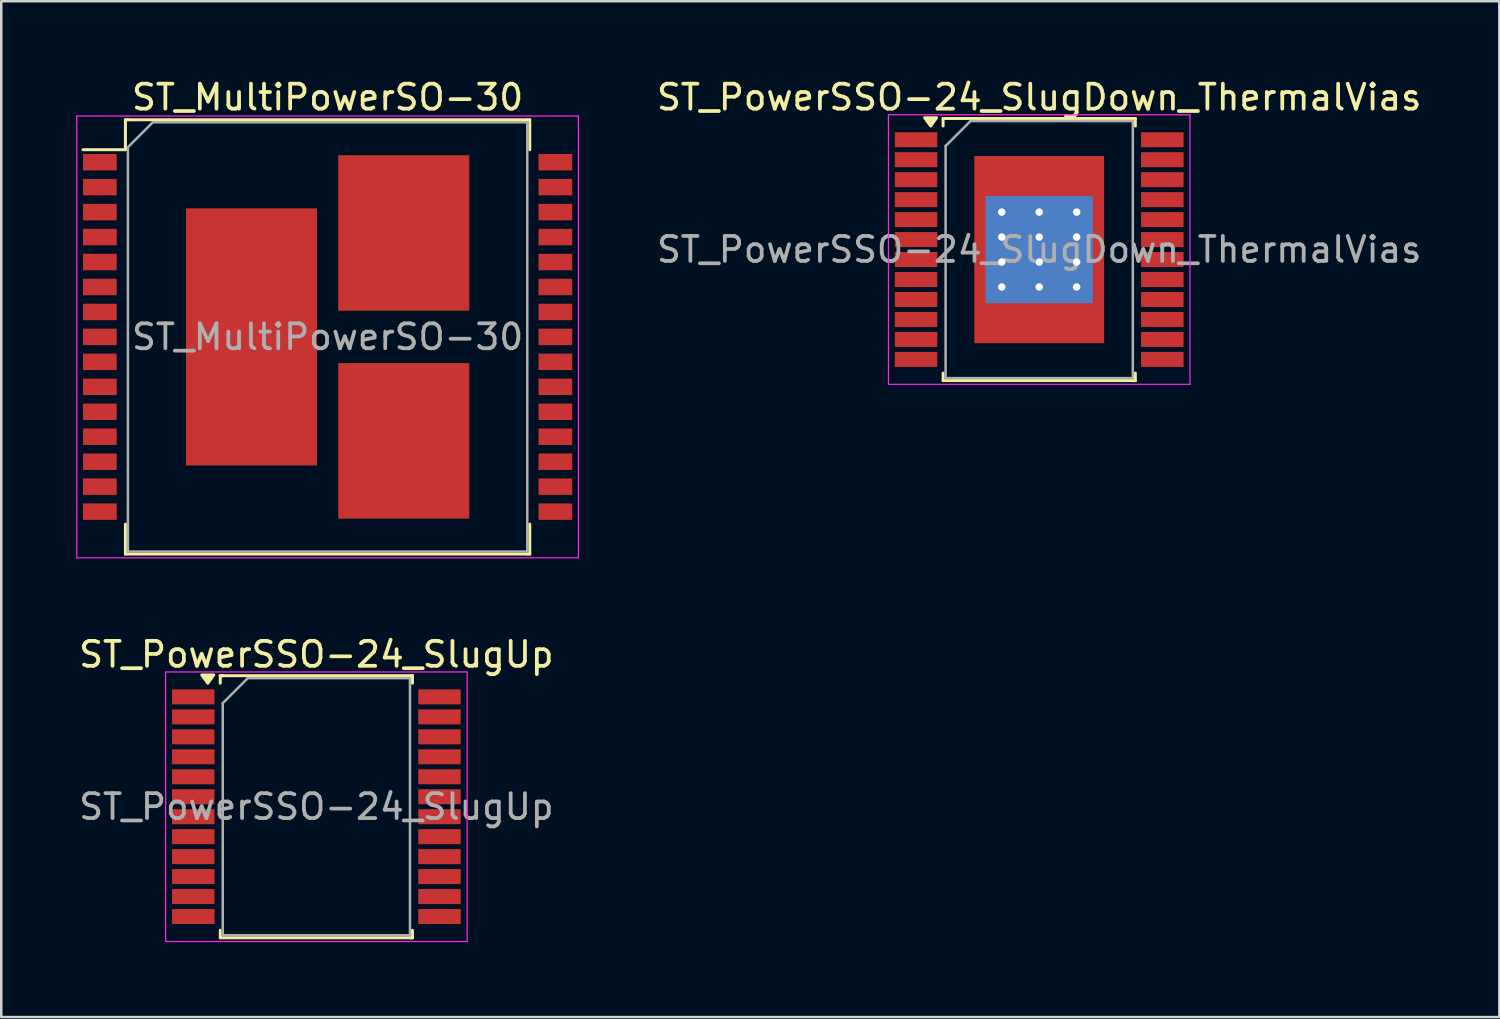
<source format=kicad_pcb>
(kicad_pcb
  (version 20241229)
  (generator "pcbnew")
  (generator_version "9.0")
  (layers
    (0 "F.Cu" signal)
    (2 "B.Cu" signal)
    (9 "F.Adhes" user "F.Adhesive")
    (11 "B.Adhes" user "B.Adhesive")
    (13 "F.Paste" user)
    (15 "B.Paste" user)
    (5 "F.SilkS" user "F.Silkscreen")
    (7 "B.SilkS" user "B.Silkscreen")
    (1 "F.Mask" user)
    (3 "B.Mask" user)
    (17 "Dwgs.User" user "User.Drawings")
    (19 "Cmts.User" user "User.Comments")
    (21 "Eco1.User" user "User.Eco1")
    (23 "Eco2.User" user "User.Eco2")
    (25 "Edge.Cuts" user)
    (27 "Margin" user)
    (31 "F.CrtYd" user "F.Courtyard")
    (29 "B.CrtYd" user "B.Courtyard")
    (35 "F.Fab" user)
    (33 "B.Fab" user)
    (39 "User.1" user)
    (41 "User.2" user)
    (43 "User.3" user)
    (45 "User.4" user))
  (footprint "ST_PowerSSO-24_SlugDown_ThermalVias"
    (layer "F.Cu")
    (at 38.585 6.948)
    (property "Reference" "ST_PowerSSO-24_SlugDown_ThermalVias" (at 0 -6.1 0) (layer "F.SilkS") (effects (font (size 1 1) (thickness 0.15))))
    (attr smd)
    (fp_line (start -3.85 -5.25) (end -3.85 -4.95) (stroke (width 0.12) (type solid)) (layer "F.SilkS"))
    (fp_line (start -3.85 5.25) (end -3.85 4.95) (stroke (width 0.12) (type solid)) (layer "F.SilkS"))
    (fp_line (start -3.75 -5.25) (end -3.85 -5.25) (stroke (width 0.12) (type solid)) (layer "F.SilkS"))
    (fp_line (start 3.75 -5.25) (end 3.85 -5.25) (stroke (width 0.12) (type solid)) (layer "F.SilkS"))
    (fp_line (start 3.75 5.25) (end 3.85 5.25) (stroke (width 0.12) (type solid)) (layer "F.SilkS"))
    (fp_line (start 3.85 -5.25) (end -3.85 -5.25) (stroke (width 0.12) (type solid)) (layer "F.SilkS"))
    (fp_line (start 3.85 -5.25) (end 3.85 -4.95) (stroke (width 0.12) (type solid)) (layer "F.SilkS"))
    (fp_line (start 3.85 5.25) (end -3.85 5.25) (stroke (width 0.12) (type solid)) (layer "F.SilkS"))
    (fp_line (start 3.85 5.25) (end 3.85 4.95) (stroke (width 0.12) (type solid)) (layer "F.SilkS"))
    (fp_poly (pts (xy -4.35 -4.95) (xy -4.59 -5.28) (xy -4.11 -5.28) (xy -4.35 -4.95)) (stroke (width 0.12) (type solid)) (fill yes) (layer "F.SilkS"))
    (fp_line (start -6.04 -5.4) (end -6.04 5.4) (stroke (width 0.05) (type solid)) (layer "F.CrtYd"))
    (fp_line (start -6.04 -5.4) (end 6.04 -5.4) (stroke (width 0.05) (type solid)) (layer "F.CrtYd"))
    (fp_line (start 6.04 5.4) (end -6.04 5.4) (stroke (width 0.05) (type solid)) (layer "F.CrtYd"))
    (fp_line (start 6.04 5.4) (end 6.04 -5.4) (stroke (width 0.05) (type solid)) (layer "F.CrtYd"))
    (fp_line (start -3.75 -4.15) (end -3.75 5.15) (stroke (width 0.1) (type solid)) (layer "F.Fab"))
    (fp_line (start -3.75 5.15) (end 3.75 5.15) (stroke (width 0.1) (type solid)) (layer "F.Fab"))
    (fp_line (start -2.75 -5.15) (end -3.75 -4.15) (stroke (width 0.1) (type solid)) (layer "F.Fab"))
    (fp_line (start 3.75 -5.15) (end -2.75 -5.15) (stroke (width 0.1) (type solid)) (layer "F.Fab"))
    (fp_line (start 3.75 5.15) (end 3.75 -5.15) (stroke (width 0.1) (type solid)) (layer "F.Fab"))
    (fp_text user "${REFERENCE}" (at 0 0 0) (layer "F.Fab") (effects (font (size 1 1) (thickness 0.15))))
    (pad "1" smd rect (at -4.933 -4.4) (size 1.7 0.6) (layers "F.Cu" "F.Mask" "F.Paste"))
    (pad "2" smd rect (at -4.933 -3.6) (size 1.7 0.6) (layers "F.Cu" "F.Mask" "F.Paste"))
    (pad "3" smd rect (at -4.933 -2.8) (size 1.7 0.6) (layers "F.Cu" "F.Mask" "F.Paste"))
    (pad "4" smd rect (at -4.933 -2) (size 1.7 0.6) (layers "F.Cu" "F.Mask" "F.Paste"))
    (pad "5" smd rect (at -4.933 -1.2) (size 1.7 0.6) (layers "F.Cu" "F.Mask" "F.Paste"))
    (pad "6" smd rect (at -4.933 -0.4) (size 1.7 0.6) (layers "F.Cu" "F.Mask" "F.Paste"))
    (pad "7" smd rect (at -4.933 0.4) (size 1.7 0.6) (layers "F.Cu" "F.Mask" "F.Paste"))
    (pad "8" smd rect (at -4.933 1.2) (size 1.7 0.6) (layers "F.Cu" "F.Mask" "F.Paste"))
    (pad "9" smd rect (at -4.933 2) (size 1.7 0.6) (layers "F.Cu" "F.Mask" "F.Paste"))
    (pad "10" smd rect (at -4.933 2.8) (size 1.7 0.6) (layers "F.Cu" "F.Mask" "F.Paste"))
    (pad "11" smd rect (at -4.933 3.6) (size 1.7 0.6) (layers "F.Cu" "F.Mask" "F.Paste"))
    (pad "12" smd rect (at -4.933 4.4) (size 1.7 0.6) (layers "F.Cu" "F.Mask" "F.Paste"))
    (pad "13" smd rect (at 4.933 4.4) (size 1.7 0.6) (layers "F.Cu" "F.Mask" "F.Paste"))
    (pad "14" smd rect (at 4.933 3.6) (size 1.7 0.6) (layers "F.Cu" "F.Mask" "F.Paste"))
    (pad "15" smd rect (at 4.933 2.8) (size 1.7 0.6) (layers "F.Cu" "F.Mask" "F.Paste"))
    (pad "16" smd rect (at 4.933 2) (size 1.7 0.6) (layers "F.Cu" "F.Mask" "F.Paste"))
    (pad "17" smd rect (at 4.933 1.2) (size 1.7 0.6) (layers "F.Cu" "F.Mask" "F.Paste"))
    (pad "18" smd rect (at 4.933 0.4) (size 1.7 0.6) (layers "F.Cu" "F.Mask" "F.Paste"))
    (pad "19" smd rect (at 4.933 -0.4) (size 1.7 0.6) (layers "F.Cu" "F.Mask" "F.Paste"))
    (pad "20" smd rect (at 4.933 -1.2) (size 1.7 0.6) (layers "F.Cu" "F.Mask" "F.Paste"))
    (pad "21" smd rect (at 4.933 -2) (size 1.7 0.6) (layers "F.Cu" "F.Mask" "F.Paste"))
    (pad "22" smd rect (at 4.933 -2.8) (size 1.7 0.6) (layers "F.Cu" "F.Mask" "F.Paste"))
    (pad "23" smd rect (at 4.933 -3.6) (size 1.7 0.6) (layers "F.Cu" "F.Mask" "F.Paste"))
    (pad "24" smd rect (at 4.933 -4.4) (size 1.7 0.6) (layers "F.Cu" "F.Mask" "F.Paste"))
    (pad "25" thru_hole circle (at -1.5 -1.5) (size 0.7 0.7) (drill 0.3) (layers "*.Cu"))
    (pad "25" thru_hole circle (at -1.5 -0.5) (size 0.7 0.7) (drill 0.3) (layers "*.Cu"))
    (pad "25" thru_hole circle (at -1.5 0.5) (size 0.7 0.7) (drill 0.3) (layers "*.Cu"))
    (pad "25" thru_hole circle (at -1.5 1.5) (size 0.7 0.7) (drill 0.3) (layers "*.Cu"))
    (pad "25" thru_hole circle (at 0 -1.5) (size 0.7 0.7) (drill 0.3) (layers "*.Cu"))
    (pad "25" thru_hole circle (at 0 -0.5) (size 0.7 0.7) (drill 0.3) (layers "*.Cu"))
    (pad "25" smd rect (at 0 0) (size 4.3 4.3) (layers "B.Cu"))
    (pad "25" smd rect (at 0 0) (size 5.2 7.5) (layers "F.Cu" "F.Mask" "F.Paste"))
    (pad "25" thru_hole circle (at 0 0.5) (size 0.7 0.7) (drill 0.3) (layers "*.Cu"))
    (pad "25" thru_hole circle (at 0 1.5) (size 0.7 0.7) (drill 0.3) (layers "*.Cu"))
    (pad "25" thru_hole circle (at 1.5 -1.5) (size 0.7 0.7) (drill 0.3) (layers "*.Cu"))
    (pad "25" thru_hole circle (at 1.5 -0.5) (size 0.7 0.7) (drill 0.3) (layers "*.Cu"))
    (pad "25" thru_hole circle (at 1.5 0.5) (size 0.7 0.7) (drill 0.3) (layers "*.Cu"))
    (pad "25" thru_hole circle (at 1.5 1.5) (size 0.7 0.7) (drill 0.3) (layers "*.Cu")))
  (footprint "ST_PowerSSO-24_SlugUp"
    (layer "F.Cu")
    (at 9.625 29.271)
    (property "Reference" "ST_PowerSSO-24_SlugUp" (at 0 -6.1 0) (layer "F.SilkS") (effects (font (size 1 1) (thickness 0.15))))
    (attr smd)
    (fp_line (start -3.85 -5.25) (end -3.85 -4.95) (stroke (width 0.12) (type solid)) (layer "F.SilkS"))
    (fp_line (start -3.85 5.25) (end -3.85 4.95) (stroke (width 0.12) (type solid)) (layer "F.SilkS"))
    (fp_line (start -3.75 -5.25) (end -3.85 -5.25) (stroke (width 0.12) (type solid)) (layer "F.SilkS"))
    (fp_line (start 3.75 -5.25) (end 3.85 -5.25) (stroke (width 0.12) (type solid)) (layer "F.SilkS"))
    (fp_line (start 3.75 5.25) (end 3.85 5.25) (stroke (width 0.12) (type solid)) (layer "F.SilkS"))
    (fp_line (start 3.85 -5.25) (end -3.85 -5.25) (stroke (width 0.12) (type solid)) (layer "F.SilkS"))
    (fp_line (start 3.85 -5.25) (end 3.85 -4.95) (stroke (width 0.12) (type solid)) (layer "F.SilkS"))
    (fp_line (start 3.85 5.25) (end -3.85 5.25) (stroke (width 0.12) (type solid)) (layer "F.SilkS"))
    (fp_line (start 3.85 5.25) (end 3.85 4.95) (stroke (width 0.12) (type solid)) (layer "F.SilkS"))
    (fp_poly (pts (xy -4.35 -4.95) (xy -4.59 -5.28) (xy -4.11 -5.28) (xy -4.35 -4.95)) (stroke (width 0.12) (type solid)) (fill yes) (layer "F.SilkS"))
    (fp_line (start -6.04 -5.4) (end -6.04 5.4) (stroke (width 0.05) (type solid)) (layer "F.CrtYd"))
    (fp_line (start -6.04 -5.4) (end 6.04 -5.4) (stroke (width 0.05) (type solid)) (layer "F.CrtYd"))
    (fp_line (start 6.04 5.4) (end -6.04 5.4) (stroke (width 0.05) (type solid)) (layer "F.CrtYd"))
    (fp_line (start 6.04 5.4) (end 6.04 -5.4) (stroke (width 0.05) (type solid)) (layer "F.CrtYd"))
    (fp_line (start -3.75 -4.15) (end -3.75 5.15) (stroke (width 0.1) (type solid)) (layer "F.Fab"))
    (fp_line (start -3.75 5.15) (end 3.75 5.15) (stroke (width 0.1) (type solid)) (layer "F.Fab"))
    (fp_line (start -2.75 -5.15) (end -3.75 -4.15) (stroke (width 0.1) (type solid)) (layer "F.Fab"))
    (fp_line (start 3.75 -5.15) (end -2.75 -5.15) (stroke (width 0.1) (type solid)) (layer "F.Fab"))
    (fp_line (start 3.75 5.15) (end 3.75 -5.15) (stroke (width 0.1) (type solid)) (layer "F.Fab"))
    (fp_text user "${REFERENCE}" (at 0 0 0) (layer "F.Fab") (effects (font (size 1 1) (thickness 0.15))))
    (pad "1" smd rect (at -4.933 -4.4) (size 1.7 0.6) (layers "F.Cu" "F.Mask" "F.Paste"))
    (pad "2" smd rect (at -4.933 -3.6) (size 1.7 0.6) (layers "F.Cu" "F.Mask" "F.Paste"))
    (pad "3" smd rect (at -4.933 -2.8) (size 1.7 0.6) (layers "F.Cu" "F.Mask" "F.Paste"))
    (pad "4" smd rect (at -4.933 -2) (size 1.7 0.6) (layers "F.Cu" "F.Mask" "F.Paste"))
    (pad "5" smd rect (at -4.933 -1.2) (size 1.7 0.6) (layers "F.Cu" "F.Mask" "F.Paste"))
    (pad "6" smd rect (at -4.933 -0.4) (size 1.7 0.6) (layers "F.Cu" "F.Mask" "F.Paste"))
    (pad "7" smd rect (at -4.933 0.4) (size 1.7 0.6) (layers "F.Cu" "F.Mask" "F.Paste"))
    (pad "8" smd rect (at -4.933 1.2) (size 1.7 0.6) (layers "F.Cu" "F.Mask" "F.Paste"))
    (pad "9" smd rect (at -4.933 2) (size 1.7 0.6) (layers "F.Cu" "F.Mask" "F.Paste"))
    (pad "10" smd rect (at -4.933 2.8) (size 1.7 0.6) (layers "F.Cu" "F.Mask" "F.Paste"))
    (pad "11" smd rect (at -4.933 3.6) (size 1.7 0.6) (layers "F.Cu" "F.Mask" "F.Paste"))
    (pad "12" smd rect (at -4.933 4.4) (size 1.7 0.6) (layers "F.Cu" "F.Mask" "F.Paste"))
    (pad "13" smd rect (at 4.933 4.4) (size 1.7 0.6) (layers "F.Cu" "F.Mask" "F.Paste"))
    (pad "14" smd rect (at 4.933 3.6) (size 1.7 0.6) (layers "F.Cu" "F.Mask" "F.Paste"))
    (pad "15" smd rect (at 4.933 2.8) (size 1.7 0.6) (layers "F.Cu" "F.Mask" "F.Paste"))
    (pad "16" smd rect (at 4.933 2) (size 1.7 0.6) (layers "F.Cu" "F.Mask" "F.Paste"))
    (pad "17" smd rect (at 4.933 1.2) (size 1.7 0.6) (layers "F.Cu" "F.Mask" "F.Paste"))
    (pad "18" smd rect (at 4.933 0.4) (size 1.7 0.6) (layers "F.Cu" "F.Mask" "F.Paste"))
    (pad "19" smd rect (at 4.933 -0.4) (size 1.7 0.6) (layers "F.Cu" "F.Mask" "F.Paste"))
    (pad "20" smd rect (at 4.933 -1.2) (size 1.7 0.6) (layers "F.Cu" "F.Mask" "F.Paste"))
    (pad "21" smd rect (at 4.933 -2) (size 1.7 0.6) (layers "F.Cu" "F.Mask" "F.Paste"))
    (pad "22" smd rect (at 4.933 -2.8) (size 1.7 0.6) (layers "F.Cu" "F.Mask" "F.Paste"))
    (pad "23" smd rect (at 4.933 -3.6) (size 1.7 0.6) (layers "F.Cu" "F.Mask" "F.Paste"))
    (pad "24" smd rect (at 4.933 -4.4) (size 1.7 0.6) (layers "F.Cu" "F.Mask" "F.Paste")))
  (footprint "ST_MultiPowerSO-30"
    (layer "F.Cu")
    (at 10.075 10.448)
    (property "Reference" "ST_MultiPowerSO-30" (at 0 -9.6 0) (layer "F.SilkS") (effects (font (size 1 1) (thickness 0.15))))
    (attr smd)
    (fp_line (start -8.1 -8.7) (end -8.1 -7.5) (stroke (width 0.12) (type solid)) (layer "F.SilkS"))
    (fp_line (start -8.1 -7.5) (end -9.8 -7.5) (stroke (width 0.12) (type solid)) (layer "F.SilkS"))
    (fp_line (start -8.1 8.7) (end -8.1 7.5) (stroke (width 0.12) (type solid)) (layer "F.SilkS"))
    (fp_line (start -8 -8.7) (end -8.1 -8.7) (stroke (width 0.12) (type solid)) (layer "F.SilkS"))
    (fp_line (start 8 -8.7) (end -8 -8.7) (stroke (width 0.12) (type solid)) (layer "F.SilkS"))
    (fp_line (start 8 -8.7) (end 8.1 -8.7) (stroke (width 0.12) (type solid)) (layer "F.SilkS"))
    (fp_line (start 8 8.7) (end -8.1 8.7) (stroke (width 0.12) (type solid)) (layer "F.SilkS"))
    (fp_line (start 8 8.7) (end 8.1 8.7) (stroke (width 0.12) (type solid)) (layer "F.SilkS"))
    (fp_line (start 8.1 -8.7) (end 8.1 -7.5) (stroke (width 0.12) (type solid)) (layer "F.SilkS"))
    (fp_line (start 8.1 8.7) (end 8.1 7.5) (stroke (width 0.12) (type solid)) (layer "F.SilkS"))
    (fp_line (start -10.05 -8.85) (end -10.05 8.85) (stroke (width 0.05) (type solid)) (layer "F.CrtYd"))
    (fp_line (start -10.05 -8.85) (end 10.05 -8.85) (stroke (width 0.05) (type solid)) (layer "F.CrtYd"))
    (fp_line (start 10.05 8.85) (end -10.05 8.85) (stroke (width 0.05) (type solid)) (layer "F.CrtYd"))
    (fp_line (start 10.05 8.85) (end 10.05 -8.85) (stroke (width 0.05) (type solid)) (layer "F.CrtYd"))
    (fp_line (start -8 -7.6) (end -8 8.6) (stroke (width 0.1) (type solid)) (layer "F.Fab"))
    (fp_line (start -8 8.6) (end 8 8.6) (stroke (width 0.1) (type solid)) (layer "F.Fab"))
    (fp_line (start -7 -8.6) (end -8 -7.6) (stroke (width 0.1) (type solid)) (layer "F.Fab"))
    (fp_line (start 8 -8.6) (end -7 -8.6) (stroke (width 0.1) (type solid)) (layer "F.Fab"))
    (fp_line (start 8 8.6) (end 8 -8.6) (stroke (width 0.1) (type solid)) (layer "F.Fab"))
    (fp_text user "${REFERENCE}" (at 0 0 0) (layer "F.Fab") (effects (font (size 1 1) (thickness 0.15))))
    (pad "1" smd rect (at -9.125 -7 270) (size 0.66 1.35) (layers "F.Cu" "F.Mask" "F.Paste"))
    (pad "2" smd rect (at -9.125 -6 270) (size 0.66 1.35) (layers "F.Cu" "F.Mask" "F.Paste"))
    (pad "3" smd rect (at -9.125 -5 270) (size 0.66 1.35) (layers "F.Cu" "F.Mask" "F.Paste"))
    (pad "4" smd rect (at -9.125 -4 270) (size 0.66 1.35) (layers "F.Cu" "F.Mask" "F.Paste"))
    (pad "5" smd rect (at -9.125 -3 270) (size 0.66 1.35) (layers "F.Cu" "F.Mask" "F.Paste"))
    (pad "6" smd rect (at -9.125 -2 270) (size 0.66 1.35) (layers "F.Cu" "F.Mask" "F.Paste"))
    (pad "7" smd rect (at -9.125 -1 270) (size 0.66 1.35) (layers "F.Cu" "F.Mask" "F.Paste"))
    (pad "8" smd rect (at -9.125 0 270) (size 0.66 1.35) (layers "F.Cu" "F.Mask" "F.Paste"))
    (pad "9" smd rect (at -9.125 1 270) (size 0.66 1.35) (layers "F.Cu" "F.Mask" "F.Paste"))
    (pad "10" smd rect (at -9.125 2 270) (size 0.66 1.35) (layers "F.Cu" "F.Mask" "F.Paste"))
    (pad "11" smd rect (at -9.125 3 270) (size 0.66 1.35) (layers "F.Cu" "F.Mask" "F.Paste"))
    (pad "12" smd rect (at -9.125 4 270) (size 0.66 1.35) (layers "F.Cu" "F.Mask" "F.Paste"))
    (pad "13" smd rect (at -9.125 5 270) (size 0.66 1.35) (layers "F.Cu" "F.Mask" "F.Paste"))
    (pad "14" smd rect (at -9.125 6 270) (size 0.66 1.35) (layers "F.Cu" "F.Mask" "F.Paste"))
    (pad "15" smd rect (at -9.125 7 270) (size 0.66 1.35) (layers "F.Cu" "F.Mask" "F.Paste"))
    (pad "16" smd rect (at 9.125 7 270) (size 0.66 1.35) (layers "F.Cu" "F.Mask" "F.Paste"))
    (pad "17" smd rect (at 9.125 6 270) (size 0.66 1.35) (layers "F.Cu" "F.Mask" "F.Paste"))
    (pad "18" smd rect (at 9.125 5 270) (size 0.66 1.35) (layers "F.Cu" "F.Mask" "F.Paste"))
    (pad "19" smd rect (at 9.125 4 270) (size 0.66 1.35) (layers "F.Cu" "F.Mask" "F.Paste"))
    (pad "20" smd rect (at 9.125 3 270) (size 0.66 1.35) (layers "F.Cu" "F.Mask" "F.Paste"))
    (pad "21" smd rect (at 9.125 2 270) (size 0.66 1.35) (layers "F.Cu" "F.Mask" "F.Paste"))
    (pad "22" smd rect (at 9.125 1 270) (size 0.66 1.35) (layers "F.Cu" "F.Mask" "F.Paste"))
    (pad "23" smd rect (at 9.125 0 270) (size 0.66 1.35) (layers "F.Cu" "F.Mask" "F.Paste"))
    (pad "24" smd rect (at 9.125 -1 270) (size 0.66 1.35) (layers "F.Cu" "F.Mask" "F.Paste"))
    (pad "25" smd rect (at 9.125 -2 270) (size 0.66 1.35) (layers "F.Cu" "F.Mask" "F.Paste"))
    (pad "26" smd rect (at 9.125 -3 270) (size 0.66 1.35) (layers "F.Cu" "F.Mask" "F.Paste"))
    (pad "27" smd rect (at 9.125 -4 270) (size 0.66 1.35) (layers "F.Cu" "F.Mask" "F.Paste"))
    (pad "28" smd rect (at 9.125 -5 270) (size 0.66 1.35) (layers "F.Cu" "F.Mask" "F.Paste"))
    (pad "29" smd rect (at 9.125 -6 270) (size 0.66 1.35) (layers "F.Cu" "F.Mask" "F.Paste"))
    (pad "30" smd rect (at 9.125 -7 270) (size 0.66 1.35) (layers "F.Cu" "F.Mask" "F.Paste"))
    (pad "31" smd rect (at -3.05 0) (size 5.25 10.3) (layers "F.Cu" "F.Mask" "F.Paste"))
    (pad "32" smd rect (at 3.05 4.165) (size 5.25 6.23) (layers "F.Cu" "F.Mask" "F.Paste"))
    (pad "33" smd rect (at 3.05 -4.165) (size 5.25 6.23) (layers "F.Cu" "F.Mask" "F.Paste")))
  (gr_rect
    (start -3 -3)
    (end 57.019 37.697)
    (stroke (width 0.1) (type default))
    (fill no)
    (layer "Edge.Cuts")))
</source>
